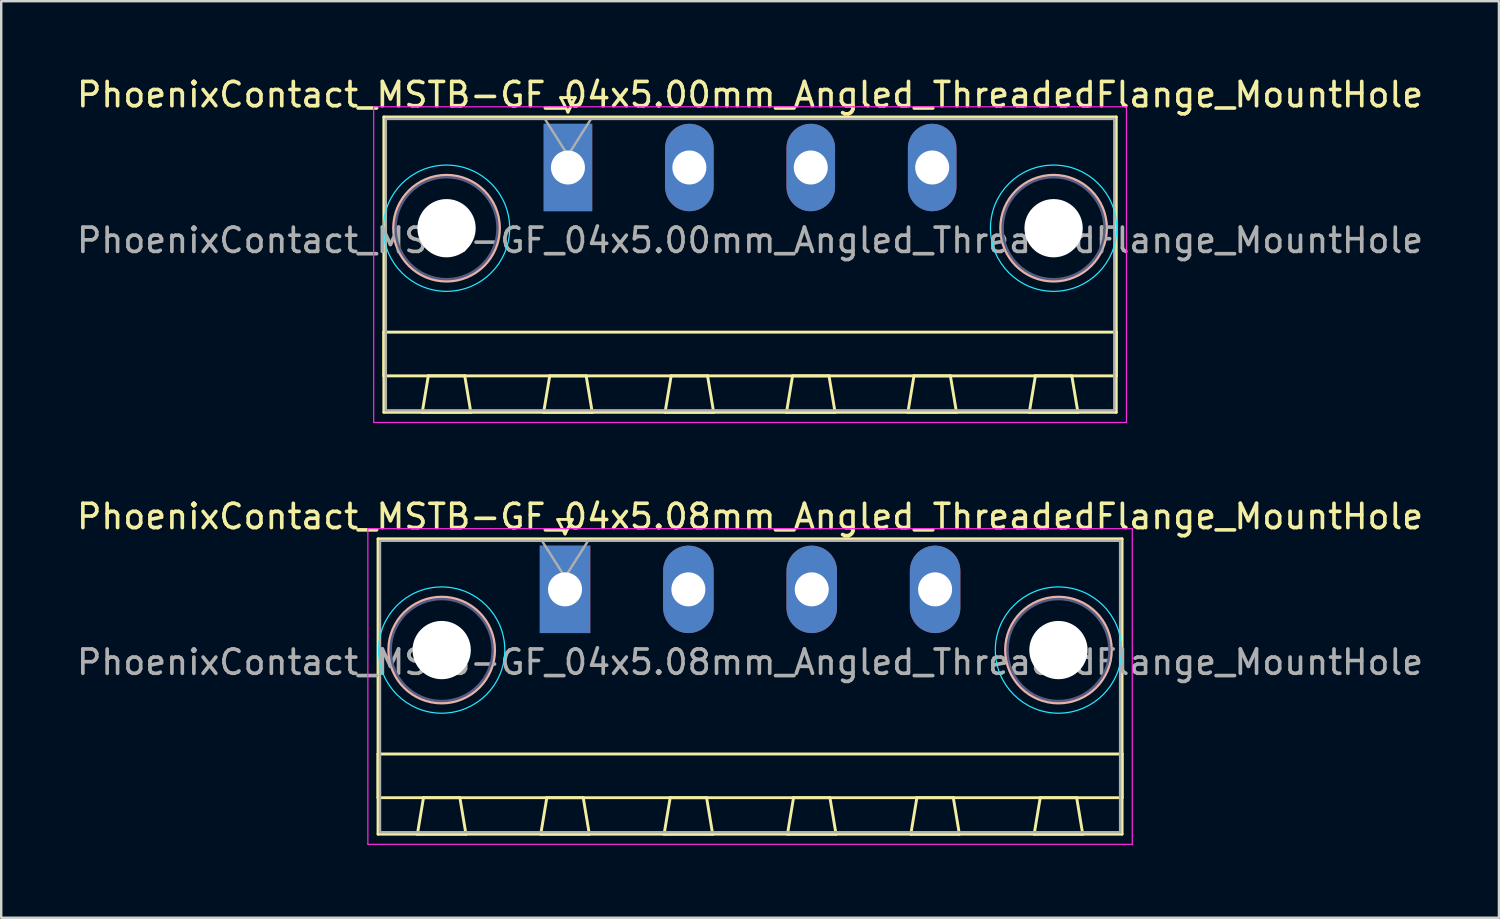
<source format=kicad_pcb>
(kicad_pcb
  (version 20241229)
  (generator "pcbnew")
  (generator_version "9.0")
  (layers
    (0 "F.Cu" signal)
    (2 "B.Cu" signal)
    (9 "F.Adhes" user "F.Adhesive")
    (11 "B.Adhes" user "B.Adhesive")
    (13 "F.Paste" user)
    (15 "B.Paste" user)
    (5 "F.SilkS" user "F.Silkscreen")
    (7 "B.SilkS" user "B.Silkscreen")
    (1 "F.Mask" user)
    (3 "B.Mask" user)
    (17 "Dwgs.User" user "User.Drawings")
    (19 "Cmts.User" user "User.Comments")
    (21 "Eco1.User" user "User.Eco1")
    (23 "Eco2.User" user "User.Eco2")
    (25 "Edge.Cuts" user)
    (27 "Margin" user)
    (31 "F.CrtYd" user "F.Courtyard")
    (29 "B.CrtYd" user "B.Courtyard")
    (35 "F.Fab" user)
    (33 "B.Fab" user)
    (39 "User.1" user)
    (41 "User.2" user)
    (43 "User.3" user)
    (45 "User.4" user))
  (footprint "PhoenixContact_MSTB-GF_04x5.00mm_Angled_ThreadedFlange_MountHole"
    (layer "F.Cu")
    (at 20.339 3.848)
    (property "Reference" "PhoenixContact_MSTB-GF_04x5.00mm_Angled_ThreadedFlange_MountHole" (at 7.5 -3 0) (layer "F.SilkS") (effects (font (size 1 1) (thickness 0.15))))
    (attr through_hole)
    (fp_line (start -7.58 -2.08) (end -7.58 10.08) (stroke (width 0.12) (type solid)) (layer "F.SilkS"))
    (fp_line (start -7.58 6.78) (end 22.58 6.78) (stroke (width 0.12) (type solid)) (layer "F.SilkS"))
    (fp_line (start -7.58 8.58) (end -7.58 6.78) (stroke (width 0.12) (type solid)) (layer "F.SilkS"))
    (fp_line (start -7.58 10.08) (end 22.58 10.08) (stroke (width 0.12) (type solid)) (layer "F.SilkS"))
    (fp_line (start -6 10.08) (end -4 10.08) (stroke (width 0.12) (type solid)) (layer "F.SilkS"))
    (fp_line (start -5.75 8.58) (end -6 10.08) (stroke (width 0.12) (type solid)) (layer "F.SilkS"))
    (fp_line (start -4.25 8.58) (end -5.75 8.58) (stroke (width 0.12) (type solid)) (layer "F.SilkS"))
    (fp_line (start -4 10.08) (end -4.25 8.58) (stroke (width 0.12) (type solid)) (layer "F.SilkS"))
    (fp_line (start -1 10.08) (end 1 10.08) (stroke (width 0.12) (type solid)) (layer "F.SilkS"))
    (fp_line (start -0.75 8.58) (end -1 10.08) (stroke (width 0.12) (type solid)) (layer "F.SilkS"))
    (fp_line (start -0.3 -2.88) (end 0.3 -2.88) (stroke (width 0.12) (type solid)) (layer "F.SilkS"))
    (fp_line (start 0 -2.28) (end -0.3 -2.88) (stroke (width 0.12) (type solid)) (layer "F.SilkS"))
    (fp_line (start 0.3 -2.88) (end 0 -2.28) (stroke (width 0.12) (type solid)) (layer "F.SilkS"))
    (fp_line (start 0.75 8.58) (end -0.75 8.58) (stroke (width 0.12) (type solid)) (layer "F.SilkS"))
    (fp_line (start 1 10.08) (end 0.75 8.58) (stroke (width 0.12) (type solid)) (layer "F.SilkS"))
    (fp_line (start 4 10.08) (end 6 10.08) (stroke (width 0.12) (type solid)) (layer "F.SilkS"))
    (fp_line (start 4.25 8.58) (end 4 10.08) (stroke (width 0.12) (type solid)) (layer "F.SilkS"))
    (fp_line (start 5.75 8.58) (end 4.25 8.58) (stroke (width 0.12) (type solid)) (layer "F.SilkS"))
    (fp_line (start 6 10.08) (end 5.75 8.58) (stroke (width 0.12) (type solid)) (layer "F.SilkS"))
    (fp_line (start 9 10.08) (end 11 10.08) (stroke (width 0.12) (type solid)) (layer "F.SilkS"))
    (fp_line (start 9.25 8.58) (end 9 10.08) (stroke (width 0.12) (type solid)) (layer "F.SilkS"))
    (fp_line (start 10.75 8.58) (end 9.25 8.58) (stroke (width 0.12) (type solid)) (layer "F.SilkS"))
    (fp_line (start 11 10.08) (end 10.75 8.58) (stroke (width 0.12) (type solid)) (layer "F.SilkS"))
    (fp_line (start 14 10.08) (end 16 10.08) (stroke (width 0.12) (type solid)) (layer "F.SilkS"))
    (fp_line (start 14.25 8.58) (end 14 10.08) (stroke (width 0.12) (type solid)) (layer "F.SilkS"))
    (fp_line (start 15.75 8.58) (end 14.25 8.58) (stroke (width 0.12) (type solid)) (layer "F.SilkS"))
    (fp_line (start 16 10.08) (end 15.75 8.58) (stroke (width 0.12) (type solid)) (layer "F.SilkS"))
    (fp_line (start 19 10.08) (end 21 10.08) (stroke (width 0.12) (type solid)) (layer "F.SilkS"))
    (fp_line (start 19.25 8.58) (end 19 10.08) (stroke (width 0.12) (type solid)) (layer "F.SilkS"))
    (fp_line (start 20.75 8.58) (end 19.25 8.58) (stroke (width 0.12) (type solid)) (layer "F.SilkS"))
    (fp_line (start 21 10.08) (end 20.75 8.58) (stroke (width 0.12) (type solid)) (layer "F.SilkS"))
    (fp_line (start 22.58 -2.08) (end -7.58 -2.08) (stroke (width 0.12) (type solid)) (layer "F.SilkS"))
    (fp_line (start 22.58 6.78) (end 22.58 8.58) (stroke (width 0.12) (type solid)) (layer "F.SilkS"))
    (fp_line (start 22.58 8.58) (end -7.58 8.58) (stroke (width 0.12) (type solid)) (layer "F.SilkS"))
    (fp_line (start 22.58 10.08) (end 22.58 -2.08) (stroke (width 0.12) (type solid)) (layer "F.SilkS"))
    (fp_circle (center -5 2.5) (end -2.82 2.5) (stroke (width 0.12) (type solid)) (fill no) (layer "B.SilkS"))
    (fp_circle (center 20 2.5) (end 22.18 2.5) (stroke (width 0.12) (type solid)) (fill no) (layer "B.SilkS"))
    (fp_circle (center -5 2.5) (end -2.4 2.5) (stroke (width 0.05) (type solid)) (fill no) (layer "B.CrtYd"))
    (fp_circle (center 20 2.5) (end 22.6 2.5) (stroke (width 0.05) (type solid)) (fill no) (layer "B.CrtYd"))
    (fp_line (start -8 -2.5) (end -8 10.5) (stroke (width 0.05) (type solid)) (layer "F.CrtYd"))
    (fp_line (start -8 10.5) (end 23 10.5) (stroke (width 0.05) (type solid)) (layer "F.CrtYd"))
    (fp_line (start 23 -2.5) (end -8 -2.5) (stroke (width 0.05) (type solid)) (layer "F.CrtYd"))
    (fp_line (start 23 10.5) (end 23 -2.5) (stroke (width 0.05) (type solid)) (layer "F.CrtYd"))
    (fp_circle (center -5 2.5) (end -2.9 2.5) (stroke (width 0.1) (type solid)) (fill no) (layer "B.Fab"))
    (fp_circle (center 20 2.5) (end 22.1 2.5) (stroke (width 0.1) (type solid)) (fill no) (layer "B.Fab"))
    (fp_line (start -7.5 -2) (end -7.5 10) (stroke (width 0.1) (type solid)) (layer "F.Fab"))
    (fp_line (start -7.5 10) (end 22.5 10) (stroke (width 0.1) (type solid)) (layer "F.Fab"))
    (fp_line (start 0 -0.5) (end -0.95 -2) (stroke (width 0.1) (type solid)) (layer "F.Fab"))
    (fp_line (start 0.95 -2) (end 0 -0.5) (stroke (width 0.1) (type solid)) (layer "F.Fab"))
    (fp_line (start 22.5 -2) (end -7.5 -2) (stroke (width 0.1) (type solid)) (layer "F.Fab"))
    (fp_line (start 22.5 10) (end 22.5 -2) (stroke (width 0.1) (type solid)) (layer "F.Fab"))
    (fp_text user "${REFERENCE}" (at 7.5 3 0) (layer "F.Fab") (effects (font (size 1 1) (thickness 0.15))))
    (pad "" np_thru_hole circle (at -5 2.5) (size 2.4 2.4) (drill 2.4) (layers "*.Cu" "*.Mask"))
    (pad "" np_thru_hole circle (at 20 2.5) (size 2.4 2.4) (drill 2.4) (layers "*.Cu" "*.Mask"))
    (pad "1" thru_hole rect (at 0 0) (size 2 3.6) (drill 1.4) (layers "*.Cu" "*.Mask"))
    (pad "2" thru_hole oval (at 5 0) (size 2 3.6) (drill 1.4) (layers "*.Cu" "*.Mask"))
    (pad "3" thru_hole oval (at 10 0) (size 2 3.6) (drill 1.4) (layers "*.Cu" "*.Mask"))
    (pad "4" thru_hole oval (at 15 0) (size 2 3.6) (drill 1.4) (layers "*.Cu" "*.Mask")))
  (footprint "PhoenixContact_MSTB-GF_04x5.08mm_Angled_ThreadedFlange_MountHole"
    (layer "F.Cu")
    (at 20.219 21.221)
    (property "Reference" "PhoenixContact_MSTB-GF_04x5.08mm_Angled_ThreadedFlange_MountHole" (at 7.62 -3 0) (layer "F.SilkS") (effects (font (size 1 1) (thickness 0.15))))
    (attr through_hole)
    (fp_line (start -7.7 -2.08) (end -7.7 10.08) (stroke (width 0.12) (type solid)) (layer "F.SilkS"))
    (fp_line (start -7.7 6.78) (end 22.94 6.78) (stroke (width 0.12) (type solid)) (layer "F.SilkS"))
    (fp_line (start -7.7 8.58) (end -7.7 6.78) (stroke (width 0.12) (type solid)) (layer "F.SilkS"))
    (fp_line (start -7.7 10.08) (end 22.94 10.08) (stroke (width 0.12) (type solid)) (layer "F.SilkS"))
    (fp_line (start -6.08 10.08) (end -4.08 10.08) (stroke (width 0.12) (type solid)) (layer "F.SilkS"))
    (fp_line (start -5.83 8.58) (end -6.08 10.08) (stroke (width 0.12) (type solid)) (layer "F.SilkS"))
    (fp_line (start -4.33 8.58) (end -5.83 8.58) (stroke (width 0.12) (type solid)) (layer "F.SilkS"))
    (fp_line (start -4.08 10.08) (end -4.33 8.58) (stroke (width 0.12) (type solid)) (layer "F.SilkS"))
    (fp_line (start -1 10.08) (end 1 10.08) (stroke (width 0.12) (type solid)) (layer "F.SilkS"))
    (fp_line (start -0.75 8.58) (end -1 10.08) (stroke (width 0.12) (type solid)) (layer "F.SilkS"))
    (fp_line (start -0.3 -2.88) (end 0.3 -2.88) (stroke (width 0.12) (type solid)) (layer "F.SilkS"))
    (fp_line (start 0 -2.28) (end -0.3 -2.88) (stroke (width 0.12) (type solid)) (layer "F.SilkS"))
    (fp_line (start 0.3 -2.88) (end 0 -2.28) (stroke (width 0.12) (type solid)) (layer "F.SilkS"))
    (fp_line (start 0.75 8.58) (end -0.75 8.58) (stroke (width 0.12) (type solid)) (layer "F.SilkS"))
    (fp_line (start 1 10.08) (end 0.75 8.58) (stroke (width 0.12) (type solid)) (layer "F.SilkS"))
    (fp_line (start 4.08 10.08) (end 6.08 10.08) (stroke (width 0.12) (type solid)) (layer "F.SilkS"))
    (fp_line (start 4.33 8.58) (end 4.08 10.08) (stroke (width 0.12) (type solid)) (layer "F.SilkS"))
    (fp_line (start 5.83 8.58) (end 4.33 8.58) (stroke (width 0.12) (type solid)) (layer "F.SilkS"))
    (fp_line (start 6.08 10.08) (end 5.83 8.58) (stroke (width 0.12) (type solid)) (layer "F.SilkS"))
    (fp_line (start 9.16 10.08) (end 11.16 10.08) (stroke (width 0.12) (type solid)) (layer "F.SilkS"))
    (fp_line (start 9.41 8.58) (end 9.16 10.08) (stroke (width 0.12) (type solid)) (layer "F.SilkS"))
    (fp_line (start 10.91 8.58) (end 9.41 8.58) (stroke (width 0.12) (type solid)) (layer "F.SilkS"))
    (fp_line (start 11.16 10.08) (end 10.91 8.58) (stroke (width 0.12) (type solid)) (layer "F.SilkS"))
    (fp_line (start 14.24 10.08) (end 16.24 10.08) (stroke (width 0.12) (type solid)) (layer "F.SilkS"))
    (fp_line (start 14.49 8.58) (end 14.24 10.08) (stroke (width 0.12) (type solid)) (layer "F.SilkS"))
    (fp_line (start 15.99 8.58) (end 14.49 8.58) (stroke (width 0.12) (type solid)) (layer "F.SilkS"))
    (fp_line (start 16.24 10.08) (end 15.99 8.58) (stroke (width 0.12) (type solid)) (layer "F.SilkS"))
    (fp_line (start 19.32 10.08) (end 21.32 10.08) (stroke (width 0.12) (type solid)) (layer "F.SilkS"))
    (fp_line (start 19.57 8.58) (end 19.32 10.08) (stroke (width 0.12) (type solid)) (layer "F.SilkS"))
    (fp_line (start 21.07 8.58) (end 19.57 8.58) (stroke (width 0.12) (type solid)) (layer "F.SilkS"))
    (fp_line (start 21.32 10.08) (end 21.07 8.58) (stroke (width 0.12) (type solid)) (layer "F.SilkS"))
    (fp_line (start 22.94 -2.08) (end -7.7 -2.08) (stroke (width 0.12) (type solid)) (layer "F.SilkS"))
    (fp_line (start 22.94 6.78) (end 22.94 8.58) (stroke (width 0.12) (type solid)) (layer "F.SilkS"))
    (fp_line (start 22.94 8.58) (end -7.7 8.58) (stroke (width 0.12) (type solid)) (layer "F.SilkS"))
    (fp_line (start 22.94 10.08) (end 22.94 -2.08) (stroke (width 0.12) (type solid)) (layer "F.SilkS"))
    (fp_circle (center -5.08 2.5) (end -2.9 2.5) (stroke (width 0.12) (type solid)) (fill no) (layer "B.SilkS"))
    (fp_circle (center 20.32 2.5) (end 22.5 2.5) (stroke (width 0.12) (type solid)) (fill no) (layer "B.SilkS"))
    (fp_circle (center -5.08 2.5) (end -2.48 2.5) (stroke (width 0.05) (type solid)) (fill no) (layer "B.CrtYd"))
    (fp_circle (center 20.32 2.5) (end 22.92 2.5) (stroke (width 0.05) (type solid)) (fill no) (layer "B.CrtYd"))
    (fp_line (start -8.12 -2.5) (end -8.12 10.5) (stroke (width 0.05) (type solid)) (layer "F.CrtYd"))
    (fp_line (start -8.12 10.5) (end 23.36 10.5) (stroke (width 0.05) (type solid)) (layer "F.CrtYd"))
    (fp_line (start 23.36 -2.5) (end -8.12 -2.5) (stroke (width 0.05) (type solid)) (layer "F.CrtYd"))
    (fp_line (start 23.36 10.5) (end 23.36 -2.5) (stroke (width 0.05) (type solid)) (layer "F.CrtYd"))
    (fp_circle (center -5.08 2.5) (end -2.98 2.5) (stroke (width 0.1) (type solid)) (fill no) (layer "B.Fab"))
    (fp_circle (center 20.32 2.5) (end 22.42 2.5) (stroke (width 0.1) (type solid)) (fill no) (layer "B.Fab"))
    (fp_line (start -7.62 -2) (end -7.62 10) (stroke (width 0.1) (type solid)) (layer "F.Fab"))
    (fp_line (start -7.62 10) (end 22.86 10) (stroke (width 0.1) (type solid)) (layer "F.Fab"))
    (fp_line (start 0 -0.5) (end -0.95 -2) (stroke (width 0.1) (type solid)) (layer "F.Fab"))
    (fp_line (start 0.95 -2) (end 0 -0.5) (stroke (width 0.1) (type solid)) (layer "F.Fab"))
    (fp_line (start 22.86 -2) (end -7.62 -2) (stroke (width 0.1) (type solid)) (layer "F.Fab"))
    (fp_line (start 22.86 10) (end 22.86 -2) (stroke (width 0.1) (type solid)) (layer "F.Fab"))
    (fp_text user "${REFERENCE}" (at 7.62 3 0) (layer "F.Fab") (effects (font (size 1 1) (thickness 0.15))))
    (pad "" np_thru_hole circle (at -5.08 2.5) (size 2.4 2.4) (drill 2.4) (layers "*.Cu" "*.Mask"))
    (pad "" np_thru_hole circle (at 20.32 2.5) (size 2.4 2.4) (drill 2.4) (layers "*.Cu" "*.Mask"))
    (pad "1" thru_hole rect (at 0 0) (size 2.08 3.6) (drill 1.4) (layers "*.Cu" "*.Mask"))
    (pad "2" thru_hole oval (at 5.08 0) (size 2.08 3.6) (drill 1.4) (layers "*.Cu" "*.Mask"))
    (pad "3" thru_hole oval (at 10.16 0) (size 2.08 3.6) (drill 1.4) (layers "*.Cu" "*.Mask"))
    (pad "4" thru_hole oval (at 15.24 0) (size 2.08 3.6) (drill 1.4) (layers "*.Cu" "*.Mask")))
  (gr_rect
    (start -3 -3)
    (end 58.679 34.746)
    (stroke (width 0.1) (type default))
    (fill no)
    (layer "Edge.Cuts")))
</source>
